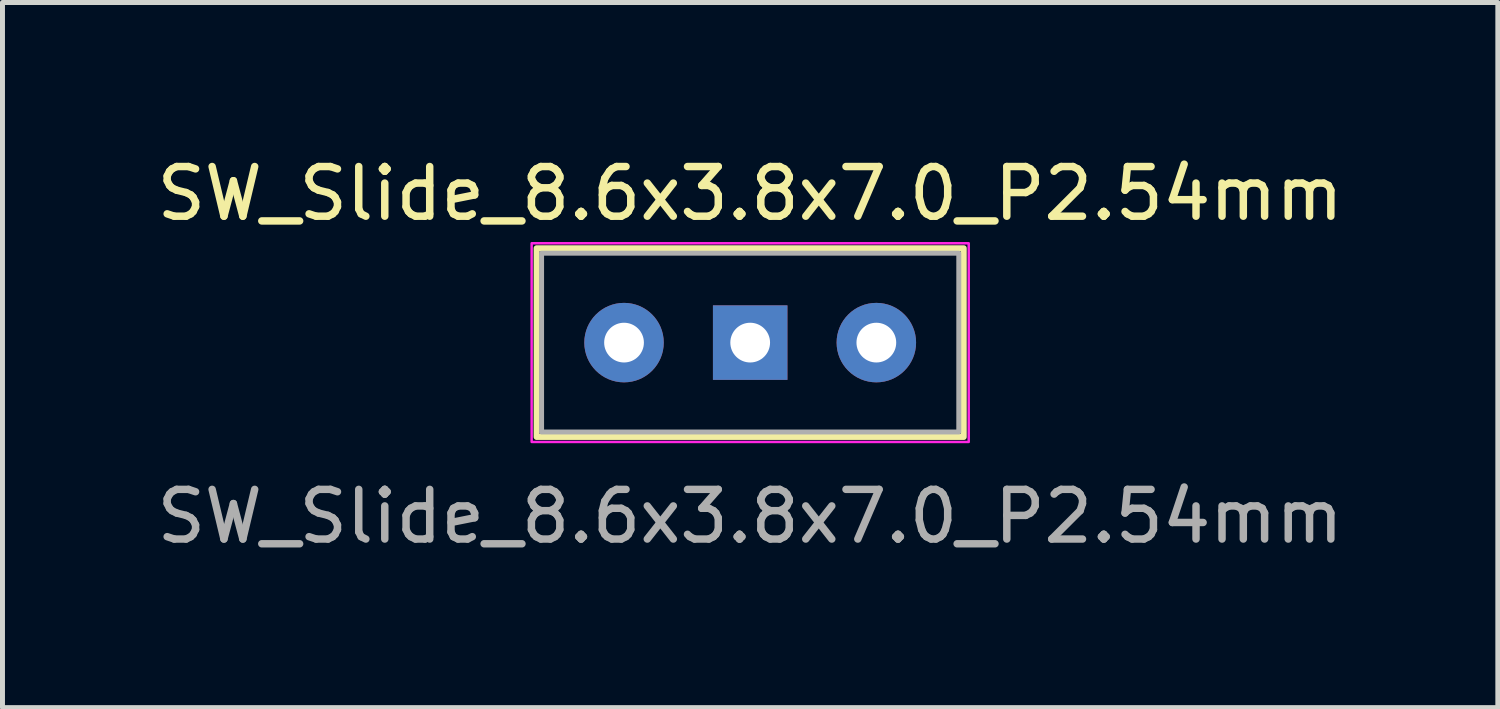
<source format=kicad_pcb>
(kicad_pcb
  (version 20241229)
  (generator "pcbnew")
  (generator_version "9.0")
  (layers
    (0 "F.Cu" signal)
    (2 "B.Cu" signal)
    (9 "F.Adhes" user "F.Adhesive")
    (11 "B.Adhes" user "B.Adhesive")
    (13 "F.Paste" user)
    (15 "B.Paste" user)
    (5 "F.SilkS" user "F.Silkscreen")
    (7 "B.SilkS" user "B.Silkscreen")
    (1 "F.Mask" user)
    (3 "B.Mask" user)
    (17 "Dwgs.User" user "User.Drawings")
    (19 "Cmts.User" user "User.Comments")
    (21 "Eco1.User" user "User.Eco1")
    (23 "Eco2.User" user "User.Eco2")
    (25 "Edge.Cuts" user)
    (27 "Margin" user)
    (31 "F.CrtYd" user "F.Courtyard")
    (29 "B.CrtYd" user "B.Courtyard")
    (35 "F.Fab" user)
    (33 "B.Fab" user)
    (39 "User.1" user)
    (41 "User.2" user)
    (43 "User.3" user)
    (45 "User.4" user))
  (footprint "SW_Slide_8.6x3.8x7.0_P2.54mm"
    (layer "F.Cu")
    (at 12.054 3.848)
    (property "Reference" "SW_Slide_8.6x3.8x7.0_P2.54mm" (at 0 -3 0) (layer "F.SilkS") (effects (font (size 1 1) (thickness 0.15))))
    (attr through_hole)
    (fp_rect (start -4.3 -1.9) (end 4.3 1.9) (stroke (width 0.12) (type solid)) (fill no) (layer "F.SilkS"))
    (fp_rect (start -4.4 -2) (end 4.4 2) (stroke (width 0.05) (type solid)) (fill no) (layer "F.CrtYd"))
    (fp_rect (start -4.2 -1.8) (end 4.2 1.8) (stroke (width 0.1) (type solid)) (fill no) (layer "F.Fab"))
    (fp_text user "${REFERENCE}" (at 0 3.5 0) (layer "F.Fab") (effects (font (size 1 1) (thickness 0.15))))
    (pad "1" thru_hole rect (at 0 0) (size 1.5 1.5) (drill 0.8) (layers "*.Cu" "*.Mask"))
    (pad "2" thru_hole circle (at -2.54 0) (size 1.6 1.6) (drill 0.8) (layers "*.Cu" "*.Mask"))
    (pad "3" thru_hole circle (at 2.54 0) (size 1.6 1.6) (drill 0.8) (layers "*.Cu" "*.Mask")))
  (gr_rect
    (start -3 -3)
    (end 27.107 11.197)
    (stroke (width 0.1) (type default))
    (fill no)
    (layer "Edge.Cuts")))
</source>
